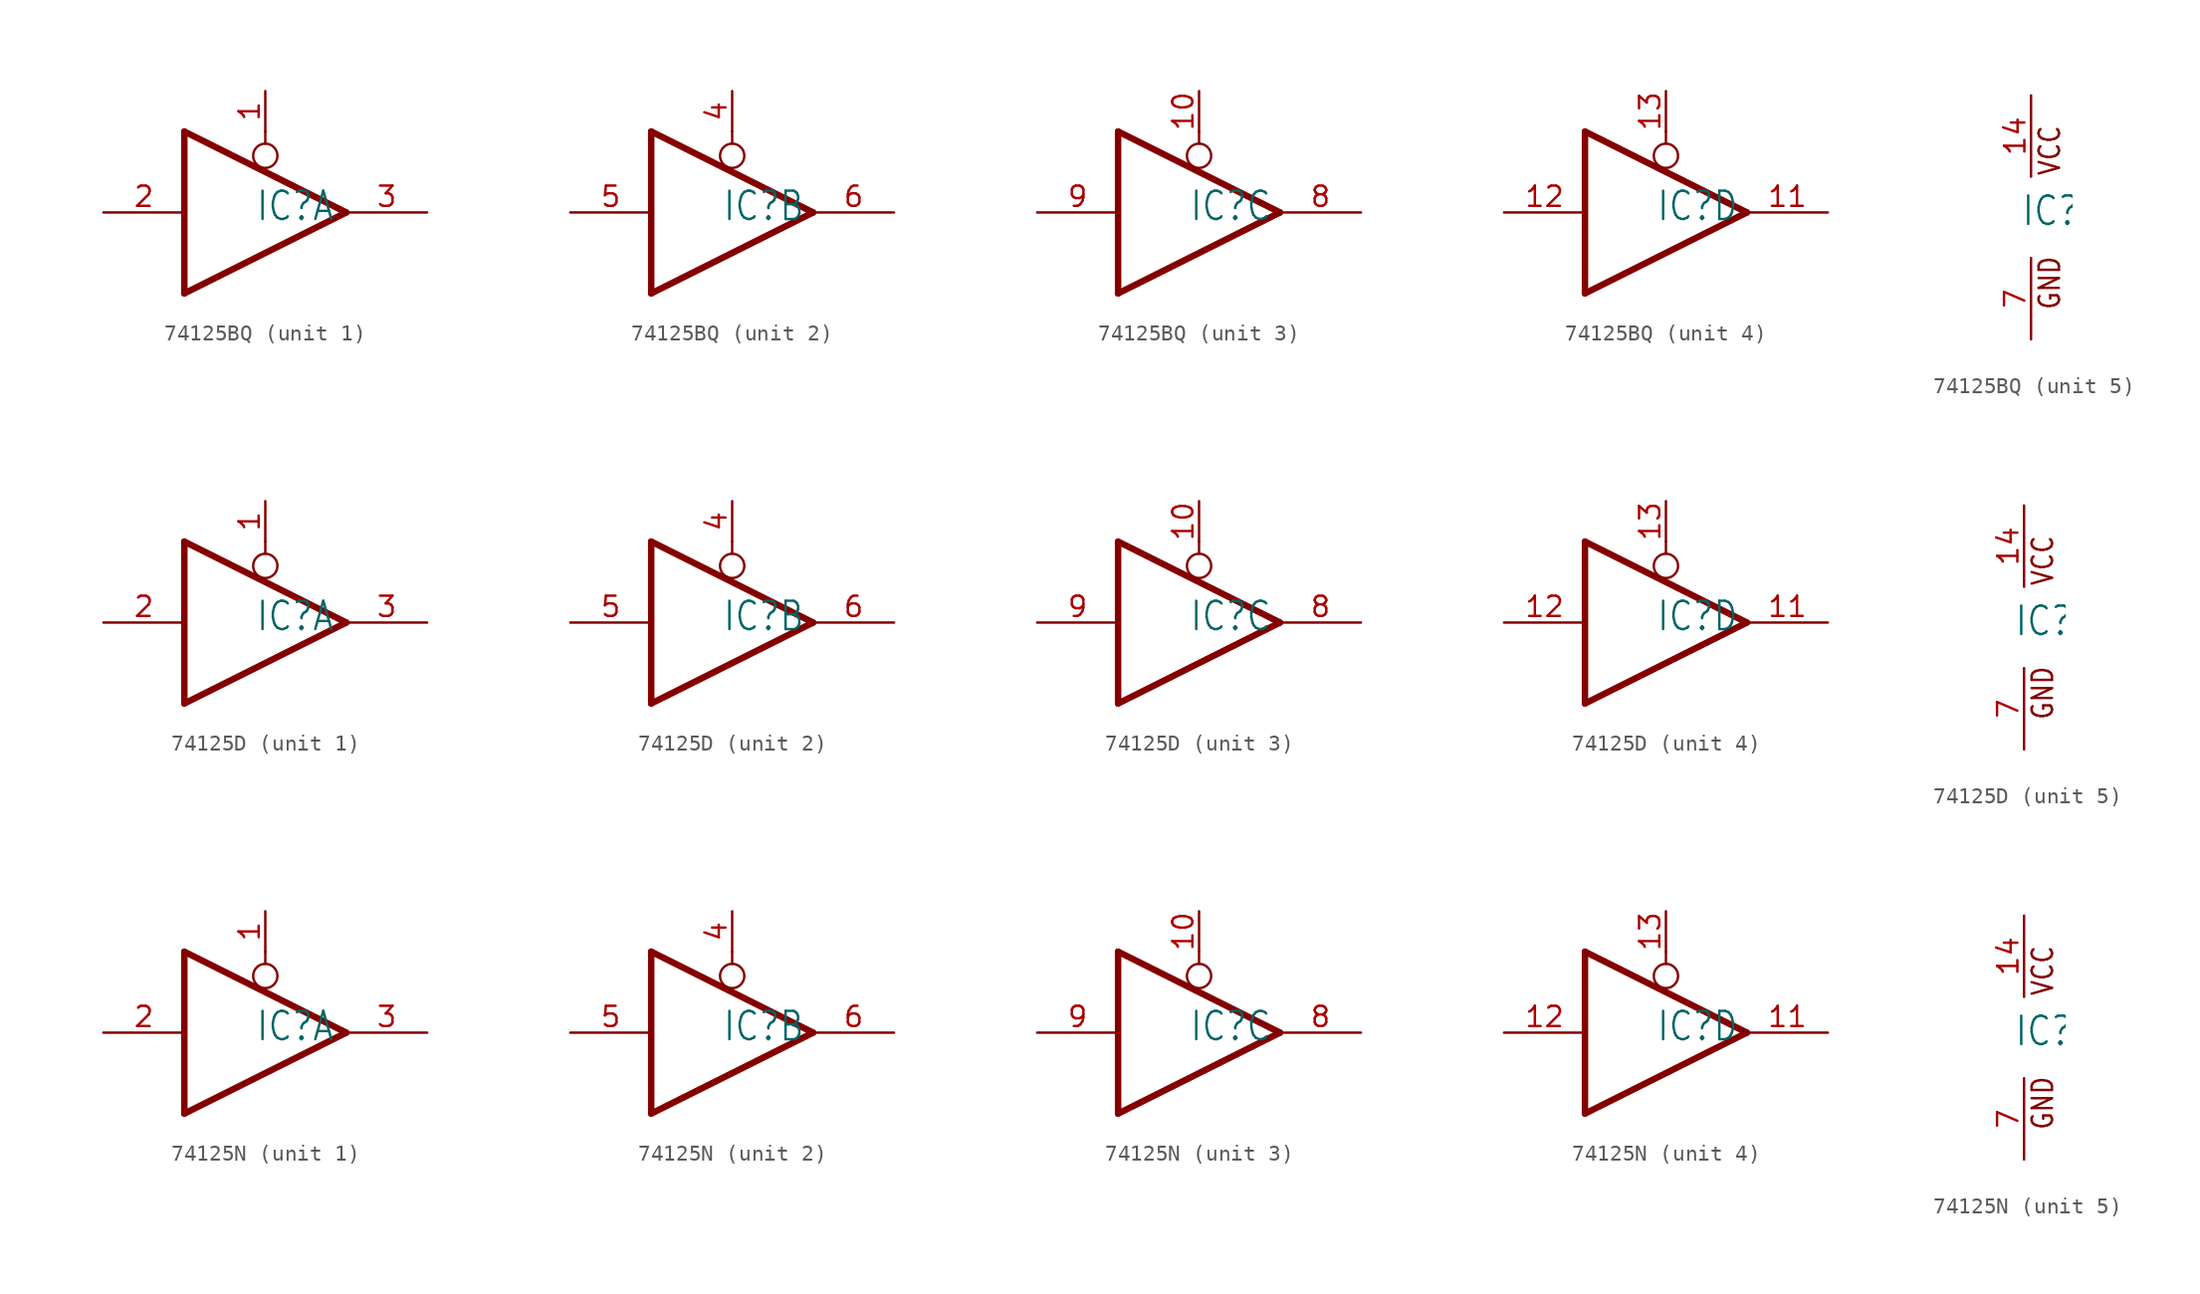
<source format=kicad_sym>
(kicad_symbol_lib
  (version 20211014)
  (generator kicad_symbol_editor)
  (symbol "74125BQ"
    (property "Reference" "IC"
      (at -0.635 -0.635 0)
      (effects (font (size 1.778 1.511)) (justify left bottom)))
    (property "ki_locked" ""
      (at 0 0 0)
      (effects (font (size 1.27 1.27))))
    (symbol "74125BQ_1_0"
      (polyline (pts (xy -5.08 -5.08) (xy -5.08 5.08)) (stroke (width 0.406) (type default) (color 0 0 0 0)) (fill (type none)))
      (polyline (pts (xy 0 4.318) (xy 0 5.08)) (stroke (width 0.152) (type default) (color 0 0 0 0)) (fill (type none)))
      (polyline (pts (xy 5.08 0) (xy -5.08 -5.08)) (stroke (width 0.406) (type default) (color 0 0 0 0)) (fill (type none)))
      (polyline (pts (xy 5.08 0) (xy -5.08 5.08)) (stroke (width 0.406) (type default) (color 0 0 0 0)) (fill (type none)))
      (circle (center 0 3.556) (radius 0.762) (stroke (width 0.152) (type default) (color 0 0 0 0)) (fill (type none)))
      (pin input line (at 0 7.62 270) (length 2.54) (name "OE" (effects (font (size 0 0)))) (number "1" (effects (font (size 1.27 1.27)))))
      (pin input line (at -10.16 0 0) (length 5.08) (name "I" (effects (font (size 0 0)))) (number "2" (effects (font (size 1.27 1.27)))))
      (pin tri_state line (at 10.16 0 180) (length 5.08) (name "O" (effects (font (size 0 0)))) (number "3" (effects (font (size 1.27 1.27))))))
    (symbol "74125BQ_2_0"
      (polyline (pts (xy -5.08 -5.08) (xy -5.08 5.08)) (stroke (width 0.406) (type default) (color 0 0 0 0)) (fill (type none)))
      (polyline (pts (xy 0 4.318) (xy 0 5.08)) (stroke (width 0.152) (type default) (color 0 0 0 0)) (fill (type none)))
      (polyline (pts (xy 5.08 0) (xy -5.08 -5.08)) (stroke (width 0.406) (type default) (color 0 0 0 0)) (fill (type none)))
      (polyline (pts (xy 5.08 0) (xy -5.08 5.08)) (stroke (width 0.406) (type default) (color 0 0 0 0)) (fill (type none)))
      (circle (center 0 3.556) (radius 0.762) (stroke (width 0.152) (type default) (color 0 0 0 0)) (fill (type none)))
      (pin input line (at 0 7.62 270) (length 2.54) (name "OE" (effects (font (size 0 0)))) (number "4" (effects (font (size 1.27 1.27)))))
      (pin input line (at -10.16 0 0) (length 5.08) (name "I" (effects (font (size 0 0)))) (number "5" (effects (font (size 1.27 1.27)))))
      (pin tri_state line (at 10.16 0 180) (length 5.08) (name "O" (effects (font (size 0 0)))) (number "6" (effects (font (size 1.27 1.27))))))
    (symbol "74125BQ_3_0"
      (polyline (pts (xy -5.08 -5.08) (xy -5.08 5.08)) (stroke (width 0.406) (type default) (color 0 0 0 0)) (fill (type none)))
      (polyline (pts (xy 0 4.318) (xy 0 5.08)) (stroke (width 0.152) (type default) (color 0 0 0 0)) (fill (type none)))
      (polyline (pts (xy 5.08 0) (xy -5.08 -5.08)) (stroke (width 0.406) (type default) (color 0 0 0 0)) (fill (type none)))
      (polyline (pts (xy 5.08 0) (xy -5.08 5.08)) (stroke (width 0.406) (type default) (color 0 0 0 0)) (fill (type none)))
      (circle (center 0 3.556) (radius 0.762) (stroke (width 0.152) (type default) (color 0 0 0 0)) (fill (type none)))
      (pin input line (at 0 7.62 270) (length 2.54) (name "OE" (effects (font (size 0 0)))) (number "10" (effects (font (size 1.27 1.27)))))
      (pin tri_state line (at 10.16 0 180) (length 5.08) (name "O" (effects (font (size 0 0)))) (number "8" (effects (font (size 1.27 1.27)))))
      (pin input line (at -10.16 0 0) (length 5.08) (name "I" (effects (font (size 0 0)))) (number "9" (effects (font (size 1.27 1.27))))))
    (symbol "74125BQ_4_0"
      (polyline (pts (xy -5.08 -5.08) (xy -5.08 5.08)) (stroke (width 0.406) (type default) (color 0 0 0 0)) (fill (type none)))
      (polyline (pts (xy 0 4.318) (xy 0 5.08)) (stroke (width 0.152) (type default) (color 0 0 0 0)) (fill (type none)))
      (polyline (pts (xy 5.08 0) (xy -5.08 -5.08)) (stroke (width 0.406) (type default) (color 0 0 0 0)) (fill (type none)))
      (polyline (pts (xy 5.08 0) (xy -5.08 5.08)) (stroke (width 0.406) (type default) (color 0 0 0 0)) (fill (type none)))
      (circle (center 0 3.556) (radius 0.762) (stroke (width 0.152) (type default) (color 0 0 0 0)) (fill (type none)))
      (pin tri_state line (at 10.16 0 180) (length 5.08) (name "O" (effects (font (size 0 0)))) (number "11" (effects (font (size 1.27 1.27)))))
      (pin input line (at -10.16 0 0) (length 5.08) (name "I" (effects (font (size 0 0)))) (number "12" (effects (font (size 1.27 1.27)))))
      (pin input line (at 0 7.62 270) (length 2.54) (name "OE" (effects (font (size 0 0)))) (number "13" (effects (font (size 1.27 1.27))))))
    (symbol "74125BQ_5_0"
      (text "GND" (at 1.905 -5.842 900) (effects (font (size 1.27 1.079)) (justify left bottom)))
      (text "VCC" (at 1.905 2.54 900) (effects (font (size 1.27 1.079)) (justify left bottom)))
      (pin power_in line (at 0 7.62 270) (length 5.08) (name "VCC" (effects (font (size 0 0)))) (number "14" (effects (font (size 1.27 1.27)))))
      (pin power_in line (at 0 -7.62 90) (length 5.08) (name "GND" (effects (font (size 0 0)))) (number "7" (effects (font (size 1.27 1.27)))))))
  (symbol "74125D"
    (property "Reference" "IC"
      (at -0.635 -0.635 0)
      (effects (font (size 1.778 1.511)) (justify left bottom)))
    (property "ki_locked" ""
      (at 0 0 0)
      (effects (font (size 1.27 1.27))))
    (symbol "74125D_1_0"
      (polyline (pts (xy -5.08 -5.08) (xy -5.08 5.08)) (stroke (width 0.406) (type default) (color 0 0 0 0)) (fill (type none)))
      (polyline (pts (xy 0 4.318) (xy 0 5.08)) (stroke (width 0.152) (type default) (color 0 0 0 0)) (fill (type none)))
      (polyline (pts (xy 5.08 0) (xy -5.08 -5.08)) (stroke (width 0.406) (type default) (color 0 0 0 0)) (fill (type none)))
      (polyline (pts (xy 5.08 0) (xy -5.08 5.08)) (stroke (width 0.406) (type default) (color 0 0 0 0)) (fill (type none)))
      (circle (center 0 3.556) (radius 0.762) (stroke (width 0.152) (type default) (color 0 0 0 0)) (fill (type none)))
      (pin input line (at 0 7.62 270) (length 2.54) (name "OE" (effects (font (size 0 0)))) (number "1" (effects (font (size 1.27 1.27)))))
      (pin input line (at -10.16 0 0) (length 5.08) (name "I" (effects (font (size 0 0)))) (number "2" (effects (font (size 1.27 1.27)))))
      (pin tri_state line (at 10.16 0 180) (length 5.08) (name "O" (effects (font (size 0 0)))) (number "3" (effects (font (size 1.27 1.27))))))
    (symbol "74125D_2_0"
      (polyline (pts (xy -5.08 -5.08) (xy -5.08 5.08)) (stroke (width 0.406) (type default) (color 0 0 0 0)) (fill (type none)))
      (polyline (pts (xy 0 4.318) (xy 0 5.08)) (stroke (width 0.152) (type default) (color 0 0 0 0)) (fill (type none)))
      (polyline (pts (xy 5.08 0) (xy -5.08 -5.08)) (stroke (width 0.406) (type default) (color 0 0 0 0)) (fill (type none)))
      (polyline (pts (xy 5.08 0) (xy -5.08 5.08)) (stroke (width 0.406) (type default) (color 0 0 0 0)) (fill (type none)))
      (circle (center 0 3.556) (radius 0.762) (stroke (width 0.152) (type default) (color 0 0 0 0)) (fill (type none)))
      (pin input line (at 0 7.62 270) (length 2.54) (name "OE" (effects (font (size 0 0)))) (number "4" (effects (font (size 1.27 1.27)))))
      (pin input line (at -10.16 0 0) (length 5.08) (name "I" (effects (font (size 0 0)))) (number "5" (effects (font (size 1.27 1.27)))))
      (pin tri_state line (at 10.16 0 180) (length 5.08) (name "O" (effects (font (size 0 0)))) (number "6" (effects (font (size 1.27 1.27))))))
    (symbol "74125D_3_0"
      (polyline (pts (xy -5.08 -5.08) (xy -5.08 5.08)) (stroke (width 0.406) (type default) (color 0 0 0 0)) (fill (type none)))
      (polyline (pts (xy 0 4.318) (xy 0 5.08)) (stroke (width 0.152) (type default) (color 0 0 0 0)) (fill (type none)))
      (polyline (pts (xy 5.08 0) (xy -5.08 -5.08)) (stroke (width 0.406) (type default) (color 0 0 0 0)) (fill (type none)))
      (polyline (pts (xy 5.08 0) (xy -5.08 5.08)) (stroke (width 0.406) (type default) (color 0 0 0 0)) (fill (type none)))
      (circle (center 0 3.556) (radius 0.762) (stroke (width 0.152) (type default) (color 0 0 0 0)) (fill (type none)))
      (pin input line (at 0 7.62 270) (length 2.54) (name "OE" (effects (font (size 0 0)))) (number "10" (effects (font (size 1.27 1.27)))))
      (pin tri_state line (at 10.16 0 180) (length 5.08) (name "O" (effects (font (size 0 0)))) (number "8" (effects (font (size 1.27 1.27)))))
      (pin input line (at -10.16 0 0) (length 5.08) (name "I" (effects (font (size 0 0)))) (number "9" (effects (font (size 1.27 1.27))))))
    (symbol "74125D_4_0"
      (polyline (pts (xy -5.08 -5.08) (xy -5.08 5.08)) (stroke (width 0.406) (type default) (color 0 0 0 0)) (fill (type none)))
      (polyline (pts (xy 0 4.318) (xy 0 5.08)) (stroke (width 0.152) (type default) (color 0 0 0 0)) (fill (type none)))
      (polyline (pts (xy 5.08 0) (xy -5.08 -5.08)) (stroke (width 0.406) (type default) (color 0 0 0 0)) (fill (type none)))
      (polyline (pts (xy 5.08 0) (xy -5.08 5.08)) (stroke (width 0.406) (type default) (color 0 0 0 0)) (fill (type none)))
      (circle (center 0 3.556) (radius 0.762) (stroke (width 0.152) (type default) (color 0 0 0 0)) (fill (type none)))
      (pin tri_state line (at 10.16 0 180) (length 5.08) (name "O" (effects (font (size 0 0)))) (number "11" (effects (font (size 1.27 1.27)))))
      (pin input line (at -10.16 0 0) (length 5.08) (name "I" (effects (font (size 0 0)))) (number "12" (effects (font (size 1.27 1.27)))))
      (pin input line (at 0 7.62 270) (length 2.54) (name "OE" (effects (font (size 0 0)))) (number "13" (effects (font (size 1.27 1.27))))))
    (symbol "74125D_5_0"
      (text "GND" (at 1.905 -5.842 900) (effects (font (size 1.27 1.079)) (justify left bottom)))
      (text "VCC" (at 1.905 2.54 900) (effects (font (size 1.27 1.079)) (justify left bottom)))
      (pin power_in line (at 0 7.62 270) (length 5.08) (name "VCC" (effects (font (size 0 0)))) (number "14" (effects (font (size 1.27 1.27)))))
      (pin power_in line (at 0 -7.62 90) (length 5.08) (name "GND" (effects (font (size 0 0)))) (number "7" (effects (font (size 1.27 1.27)))))))
  (symbol "74125N"
    (property "Reference" "IC"
      (at -0.635 -0.635 0)
      (effects (font (size 1.778 1.511)) (justify left bottom)))
    (property "ki_locked" ""
      (at 0 0 0)
      (effects (font (size 1.27 1.27))))
    (symbol "74125N_1_0"
      (polyline (pts (xy -5.08 -5.08) (xy -5.08 5.08)) (stroke (width 0.406) (type default) (color 0 0 0 0)) (fill (type none)))
      (polyline (pts (xy 0 4.318) (xy 0 5.08)) (stroke (width 0.152) (type default) (color 0 0 0 0)) (fill (type none)))
      (polyline (pts (xy 5.08 0) (xy -5.08 -5.08)) (stroke (width 0.406) (type default) (color 0 0 0 0)) (fill (type none)))
      (polyline (pts (xy 5.08 0) (xy -5.08 5.08)) (stroke (width 0.406) (type default) (color 0 0 0 0)) (fill (type none)))
      (circle (center 0 3.556) (radius 0.762) (stroke (width 0.152) (type default) (color 0 0 0 0)) (fill (type none)))
      (pin input line (at 0 7.62 270) (length 2.54) (name "OE" (effects (font (size 0 0)))) (number "1" (effects (font (size 1.27 1.27)))))
      (pin input line (at -10.16 0 0) (length 5.08) (name "I" (effects (font (size 0 0)))) (number "2" (effects (font (size 1.27 1.27)))))
      (pin tri_state line (at 10.16 0 180) (length 5.08) (name "O" (effects (font (size 0 0)))) (number "3" (effects (font (size 1.27 1.27))))))
    (symbol "74125N_2_0"
      (polyline (pts (xy -5.08 -5.08) (xy -5.08 5.08)) (stroke (width 0.406) (type default) (color 0 0 0 0)) (fill (type none)))
      (polyline (pts (xy 0 4.318) (xy 0 5.08)) (stroke (width 0.152) (type default) (color 0 0 0 0)) (fill (type none)))
      (polyline (pts (xy 5.08 0) (xy -5.08 -5.08)) (stroke (width 0.406) (type default) (color 0 0 0 0)) (fill (type none)))
      (polyline (pts (xy 5.08 0) (xy -5.08 5.08)) (stroke (width 0.406) (type default) (color 0 0 0 0)) (fill (type none)))
      (circle (center 0 3.556) (radius 0.762) (stroke (width 0.152) (type default) (color 0 0 0 0)) (fill (type none)))
      (pin input line (at 0 7.62 270) (length 2.54) (name "OE" (effects (font (size 0 0)))) (number "4" (effects (font (size 1.27 1.27)))))
      (pin input line (at -10.16 0 0) (length 5.08) (name "I" (effects (font (size 0 0)))) (number "5" (effects (font (size 1.27 1.27)))))
      (pin tri_state line (at 10.16 0 180) (length 5.08) (name "O" (effects (font (size 0 0)))) (number "6" (effects (font (size 1.27 1.27))))))
    (symbol "74125N_3_0"
      (polyline (pts (xy -5.08 -5.08) (xy -5.08 5.08)) (stroke (width 0.406) (type default) (color 0 0 0 0)) (fill (type none)))
      (polyline (pts (xy 0 4.318) (xy 0 5.08)) (stroke (width 0.152) (type default) (color 0 0 0 0)) (fill (type none)))
      (polyline (pts (xy 5.08 0) (xy -5.08 -5.08)) (stroke (width 0.406) (type default) (color 0 0 0 0)) (fill (type none)))
      (polyline (pts (xy 5.08 0) (xy -5.08 5.08)) (stroke (width 0.406) (type default) (color 0 0 0 0)) (fill (type none)))
      (circle (center 0 3.556) (radius 0.762) (stroke (width 0.152) (type default) (color 0 0 0 0)) (fill (type none)))
      (pin input line (at 0 7.62 270) (length 2.54) (name "OE" (effects (font (size 0 0)))) (number "10" (effects (font (size 1.27 1.27)))))
      (pin tri_state line (at 10.16 0 180) (length 5.08) (name "O" (effects (font (size 0 0)))) (number "8" (effects (font (size 1.27 1.27)))))
      (pin input line (at -10.16 0 0) (length 5.08) (name "I" (effects (font (size 0 0)))) (number "9" (effects (font (size 1.27 1.27))))))
    (symbol "74125N_4_0"
      (polyline (pts (xy -5.08 -5.08) (xy -5.08 5.08)) (stroke (width 0.406) (type default) (color 0 0 0 0)) (fill (type none)))
      (polyline (pts (xy 0 4.318) (xy 0 5.08)) (stroke (width 0.152) (type default) (color 0 0 0 0)) (fill (type none)))
      (polyline (pts (xy 5.08 0) (xy -5.08 -5.08)) (stroke (width 0.406) (type default) (color 0 0 0 0)) (fill (type none)))
      (polyline (pts (xy 5.08 0) (xy -5.08 5.08)) (stroke (width 0.406) (type default) (color 0 0 0 0)) (fill (type none)))
      (circle (center 0 3.556) (radius 0.762) (stroke (width 0.152) (type default) (color 0 0 0 0)) (fill (type none)))
      (pin tri_state line (at 10.16 0 180) (length 5.08) (name "O" (effects (font (size 0 0)))) (number "11" (effects (font (size 1.27 1.27)))))
      (pin input line (at -10.16 0 0) (length 5.08) (name "I" (effects (font (size 0 0)))) (number "12" (effects (font (size 1.27 1.27)))))
      (pin input line (at 0 7.62 270) (length 2.54) (name "OE" (effects (font (size 0 0)))) (number "13" (effects (font (size 1.27 1.27))))))
    (symbol "74125N_5_0"
      (text "GND" (at 1.905 -5.842 900) (effects (font (size 1.27 1.079)) (justify left bottom)))
      (text "VCC" (at 1.905 2.54 900) (effects (font (size 1.27 1.079)) (justify left bottom)))
      (pin power_in line (at 0 7.62 270) (length 5.08) (name "VCC" (effects (font (size 0 0)))) (number "14" (effects (font (size 1.27 1.27)))))
      (pin power_in line (at 0 -7.62 90) (length 5.08) (name "GND" (effects (font (size 0 0)))) (number "7" (effects (font (size 1.27 1.27))))))))
</source>
